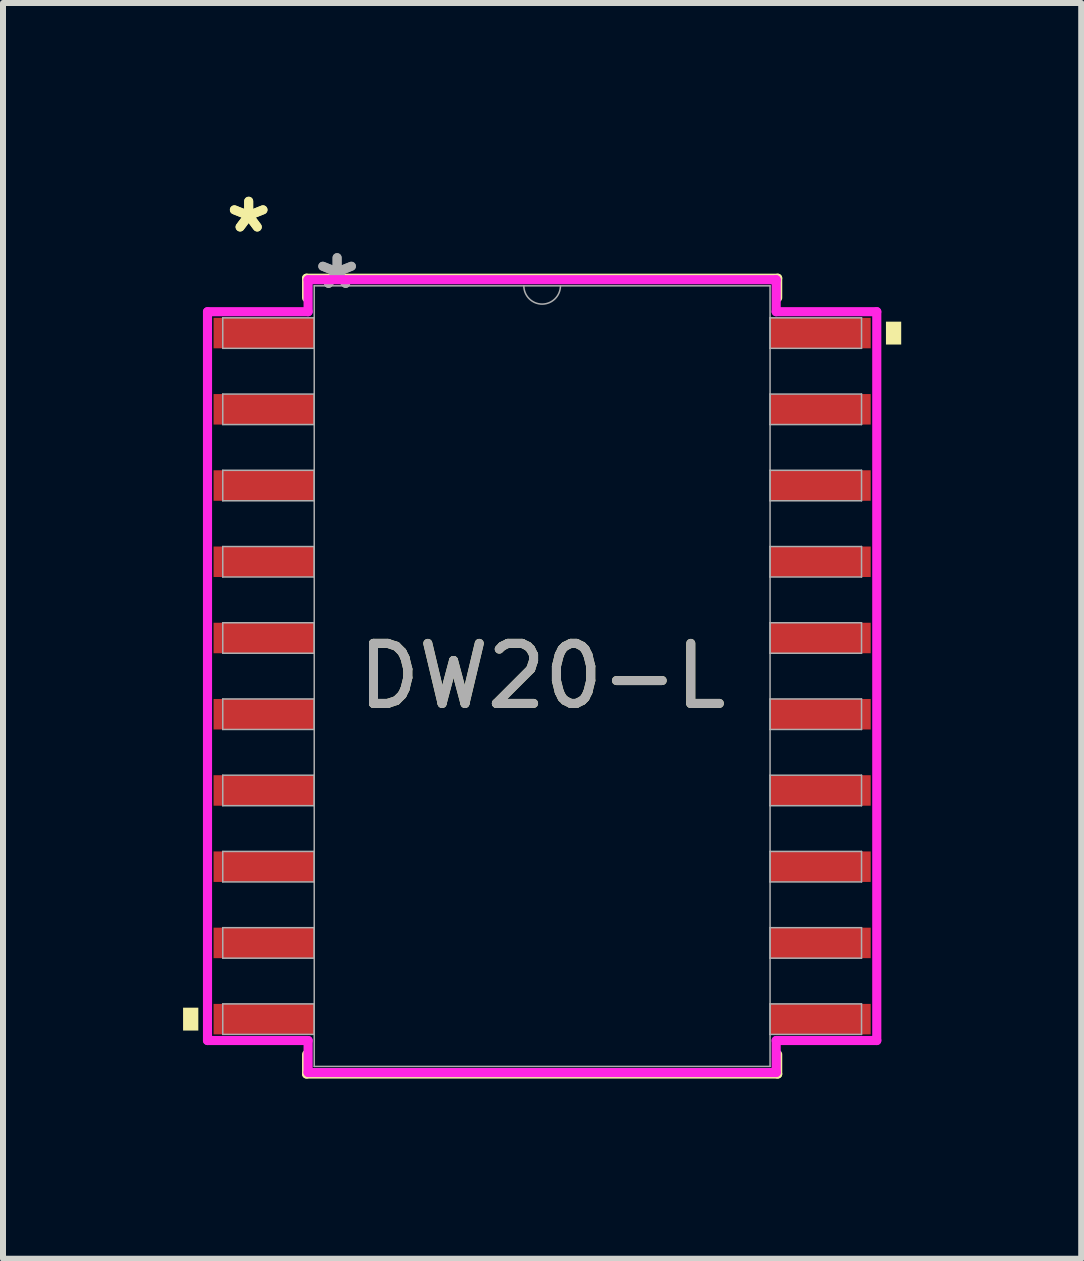
<source format=kicad_pcb>
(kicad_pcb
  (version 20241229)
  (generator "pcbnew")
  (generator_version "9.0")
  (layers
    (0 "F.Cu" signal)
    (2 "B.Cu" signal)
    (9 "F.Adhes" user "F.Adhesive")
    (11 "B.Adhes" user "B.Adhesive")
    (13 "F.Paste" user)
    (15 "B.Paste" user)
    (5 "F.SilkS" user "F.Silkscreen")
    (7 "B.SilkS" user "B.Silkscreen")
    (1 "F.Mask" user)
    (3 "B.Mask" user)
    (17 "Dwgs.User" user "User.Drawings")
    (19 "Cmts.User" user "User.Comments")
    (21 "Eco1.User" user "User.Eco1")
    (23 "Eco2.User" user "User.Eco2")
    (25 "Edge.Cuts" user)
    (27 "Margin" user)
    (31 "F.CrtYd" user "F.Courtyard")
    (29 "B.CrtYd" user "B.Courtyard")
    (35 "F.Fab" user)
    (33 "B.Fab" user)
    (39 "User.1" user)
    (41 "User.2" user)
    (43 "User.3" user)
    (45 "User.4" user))
  (footprint "DW20-L"
    (layer "F.Cu")
    (at 5.982 8.214)
    (property "Reference" "DW20-L" (at 0 0 0) (unlocked yes) (layer "F.SilkS") (effects (font (size 1 1) (thickness 0.15))))
    (attr smd)
    (fp_line (start -3.924 -6.629) (end -3.924 -6.302) (stroke (width 0.152) (type solid)) (layer "F.SilkS"))
    (fp_line (start -3.924 6.302) (end -3.924 6.629) (stroke (width 0.152) (type solid)) (layer "F.SilkS"))
    (fp_line (start -3.924 6.629) (end 3.924 6.629) (stroke (width 0.152) (type solid)) (layer "F.SilkS"))
    (fp_line (start 3.924 -6.629) (end -3.924 -6.629) (stroke (width 0.152) (type solid)) (layer "F.SilkS"))
    (fp_line (start 3.924 -6.302) (end 3.924 -6.629) (stroke (width 0.152) (type solid)) (layer "F.SilkS"))
    (fp_line (start 3.924 6.629) (end 3.924 6.302) (stroke (width 0.152) (type solid)) (layer "F.SilkS"))
    (fp_poly (pts (xy -5.982 5.524) (xy -5.982 5.905) (xy -5.728 5.905) (xy -5.728 5.524)) (stroke (width 0) (type solid)) (fill yes) (layer "F.SilkS"))
    (fp_poly (pts (xy 5.982 -5.905) (xy 5.982 -5.524) (xy 5.728 -5.524) (xy 5.728 -5.905)) (stroke (width 0) (type solid)) (fill yes) (layer "F.SilkS"))
    (fp_line (start -5.575 -6.071) (end -3.899 -6.071) (stroke (width 0.152) (type solid)) (layer "F.CrtYd"))
    (fp_line (start -5.575 6.071) (end -5.575 -6.071) (stroke (width 0.152) (type solid)) (layer "F.CrtYd"))
    (fp_line (start -5.575 6.071) (end -3.899 6.071) (stroke (width 0.152) (type solid)) (layer "F.CrtYd"))
    (fp_line (start -3.899 -6.604) (end 3.899 -6.604) (stroke (width 0.152) (type solid)) (layer "F.CrtYd"))
    (fp_line (start -3.899 -6.071) (end -3.899 -6.604) (stroke (width 0.152) (type solid)) (layer "F.CrtYd"))
    (fp_line (start -3.899 6.604) (end -3.899 6.071) (stroke (width 0.152) (type solid)) (layer "F.CrtYd"))
    (fp_line (start 3.899 -6.604) (end 3.899 -6.071) (stroke (width 0.152) (type solid)) (layer "F.CrtYd"))
    (fp_line (start 3.899 6.071) (end 3.899 6.604) (stroke (width 0.152) (type solid)) (layer "F.CrtYd"))
    (fp_line (start 3.899 6.604) (end -3.899 6.604) (stroke (width 0.152) (type solid)) (layer "F.CrtYd"))
    (fp_line (start 5.575 -6.071) (end 3.899 -6.071) (stroke (width 0.152) (type solid)) (layer "F.CrtYd"))
    (fp_line (start 5.575 -6.071) (end 5.575 6.071) (stroke (width 0.152) (type solid)) (layer "F.CrtYd"))
    (fp_line (start 5.575 6.071) (end 3.899 6.071) (stroke (width 0.152) (type solid)) (layer "F.CrtYd"))
    (fp_line (start -5.321 -5.969) (end -5.321 -5.461) (stroke (width 0.025) (type solid)) (layer "F.Fab"))
    (fp_line (start -5.321 -5.461) (end -3.797 -5.461) (stroke (width 0.025) (type solid)) (layer "F.Fab"))
    (fp_line (start -5.321 -4.699) (end -5.321 -4.191) (stroke (width 0.025) (type solid)) (layer "F.Fab"))
    (fp_line (start -5.321 -4.191) (end -3.797 -4.191) (stroke (width 0.025) (type solid)) (layer "F.Fab"))
    (fp_line (start -5.321 -3.429) (end -5.321 -2.921) (stroke (width 0.025) (type solid)) (layer "F.Fab"))
    (fp_line (start -5.321 -2.921) (end -3.797 -2.921) (stroke (width 0.025) (type solid)) (layer "F.Fab"))
    (fp_line (start -5.321 -2.159) (end -5.321 -1.651) (stroke (width 0.025) (type solid)) (layer "F.Fab"))
    (fp_line (start -5.321 -1.651) (end -3.797 -1.651) (stroke (width 0.025) (type solid)) (layer "F.Fab"))
    (fp_line (start -5.321 -0.889) (end -5.321 -0.381) (stroke (width 0.025) (type solid)) (layer "F.Fab"))
    (fp_line (start -5.321 -0.381) (end -3.797 -0.381) (stroke (width 0.025) (type solid)) (layer "F.Fab"))
    (fp_line (start -5.321 0.381) (end -5.321 0.889) (stroke (width 0.025) (type solid)) (layer "F.Fab"))
    (fp_line (start -5.321 0.889) (end -3.797 0.889) (stroke (width 0.025) (type solid)) (layer "F.Fab"))
    (fp_line (start -5.321 1.651) (end -5.321 2.159) (stroke (width 0.025) (type solid)) (layer "F.Fab"))
    (fp_line (start -5.321 2.159) (end -3.797 2.159) (stroke (width 0.025) (type solid)) (layer "F.Fab"))
    (fp_line (start -5.321 2.921) (end -5.321 3.429) (stroke (width 0.025) (type solid)) (layer "F.Fab"))
    (fp_line (start -5.321 3.429) (end -3.797 3.429) (stroke (width 0.025) (type solid)) (layer "F.Fab"))
    (fp_line (start -5.321 4.191) (end -5.321 4.699) (stroke (width 0.025) (type solid)) (layer "F.Fab"))
    (fp_line (start -5.321 4.699) (end -3.797 4.699) (stroke (width 0.025) (type solid)) (layer "F.Fab"))
    (fp_line (start -5.321 5.461) (end -5.321 5.969) (stroke (width 0.025) (type solid)) (layer "F.Fab"))
    (fp_line (start -5.321 5.969) (end -3.797 5.969) (stroke (width 0.025) (type solid)) (layer "F.Fab"))
    (fp_line (start -3.797 -6.502) (end -3.797 6.502) (stroke (width 0.025) (type solid)) (layer "F.Fab"))
    (fp_line (start -3.797 -5.969) (end -5.321 -5.969) (stroke (width 0.025) (type solid)) (layer "F.Fab"))
    (fp_line (start -3.797 -5.461) (end -3.797 -5.969) (stroke (width 0.025) (type solid)) (layer "F.Fab"))
    (fp_line (start -3.797 -4.699) (end -5.321 -4.699) (stroke (width 0.025) (type solid)) (layer "F.Fab"))
    (fp_line (start -3.797 -4.191) (end -3.797 -4.699) (stroke (width 0.025) (type solid)) (layer "F.Fab"))
    (fp_line (start -3.797 -3.429) (end -5.321 -3.429) (stroke (width 0.025) (type solid)) (layer "F.Fab"))
    (fp_line (start -3.797 -2.921) (end -3.797 -3.429) (stroke (width 0.025) (type solid)) (layer "F.Fab"))
    (fp_line (start -3.797 -2.159) (end -5.321 -2.159) (stroke (width 0.025) (type solid)) (layer "F.Fab"))
    (fp_line (start -3.797 -1.651) (end -3.797 -2.159) (stroke (width 0.025) (type solid)) (layer "F.Fab"))
    (fp_line (start -3.797 -0.889) (end -5.321 -0.889) (stroke (width 0.025) (type solid)) (layer "F.Fab"))
    (fp_line (start -3.797 -0.381) (end -3.797 -0.889) (stroke (width 0.025) (type solid)) (layer "F.Fab"))
    (fp_line (start -3.797 0.381) (end -5.321 0.381) (stroke (width 0.025) (type solid)) (layer "F.Fab"))
    (fp_line (start -3.797 0.889) (end -3.797 0.381) (stroke (width 0.025) (type solid)) (layer "F.Fab"))
    (fp_line (start -3.797 1.651) (end -5.321 1.651) (stroke (width 0.025) (type solid)) (layer "F.Fab"))
    (fp_line (start -3.797 2.159) (end -3.797 1.651) (stroke (width 0.025) (type solid)) (layer "F.Fab"))
    (fp_line (start -3.797 2.921) (end -5.321 2.921) (stroke (width 0.025) (type solid)) (layer "F.Fab"))
    (fp_line (start -3.797 3.429) (end -3.797 2.921) (stroke (width 0.025) (type solid)) (layer "F.Fab"))
    (fp_line (start -3.797 4.191) (end -5.321 4.191) (stroke (width 0.025) (type solid)) (layer "F.Fab"))
    (fp_line (start -3.797 4.699) (end -3.797 4.191) (stroke (width 0.025) (type solid)) (layer "F.Fab"))
    (fp_line (start -3.797 5.461) (end -5.321 5.461) (stroke (width 0.025) (type solid)) (layer "F.Fab"))
    (fp_line (start -3.797 5.969) (end -3.797 5.461) (stroke (width 0.025) (type solid)) (layer "F.Fab"))
    (fp_line (start -3.797 6.502) (end 3.797 6.502) (stroke (width 0.025) (type solid)) (layer "F.Fab"))
    (fp_line (start 3.797 -6.502) (end -3.797 -6.502) (stroke (width 0.025) (type solid)) (layer "F.Fab"))
    (fp_line (start 3.797 -5.969) (end 3.797 -5.461) (stroke (width 0.025) (type solid)) (layer "F.Fab"))
    (fp_line (start 3.797 -5.461) (end 5.321 -5.461) (stroke (width 0.025) (type solid)) (layer "F.Fab"))
    (fp_line (start 3.797 -4.699) (end 3.797 -4.191) (stroke (width 0.025) (type solid)) (layer "F.Fab"))
    (fp_line (start 3.797 -4.191) (end 5.321 -4.191) (stroke (width 0.025) (type solid)) (layer "F.Fab"))
    (fp_line (start 3.797 -3.429) (end 3.797 -2.921) (stroke (width 0.025) (type solid)) (layer "F.Fab"))
    (fp_line (start 3.797 -2.921) (end 5.321 -2.921) (stroke (width 0.025) (type solid)) (layer "F.Fab"))
    (fp_line (start 3.797 -2.159) (end 3.797 -1.651) (stroke (width 0.025) (type solid)) (layer "F.Fab"))
    (fp_line (start 3.797 -1.651) (end 5.321 -1.651) (stroke (width 0.025) (type solid)) (layer "F.Fab"))
    (fp_line (start 3.797 -0.889) (end 3.797 -0.381) (stroke (width 0.025) (type solid)) (layer "F.Fab"))
    (fp_line (start 3.797 -0.381) (end 5.321 -0.381) (stroke (width 0.025) (type solid)) (layer "F.Fab"))
    (fp_line (start 3.797 0.381) (end 3.797 0.889) (stroke (width 0.025) (type solid)) (layer "F.Fab"))
    (fp_line (start 3.797 0.889) (end 5.321 0.889) (stroke (width 0.025) (type solid)) (layer "F.Fab"))
    (fp_line (start 3.797 1.651) (end 3.797 2.159) (stroke (width 0.025) (type solid)) (layer "F.Fab"))
    (fp_line (start 3.797 2.159) (end 5.321 2.159) (stroke (width 0.025) (type solid)) (layer "F.Fab"))
    (fp_line (start 3.797 2.921) (end 3.797 3.429) (stroke (width 0.025) (type solid)) (layer "F.Fab"))
    (fp_line (start 3.797 3.429) (end 5.321 3.429) (stroke (width 0.025) (type solid)) (layer "F.Fab"))
    (fp_line (start 3.797 4.191) (end 3.797 4.699) (stroke (width 0.025) (type solid)) (layer "F.Fab"))
    (fp_line (start 3.797 4.699) (end 5.321 4.699) (stroke (width 0.025) (type solid)) (layer "F.Fab"))
    (fp_line (start 3.797 5.461) (end 3.797 5.969) (stroke (width 0.025) (type solid)) (layer "F.Fab"))
    (fp_line (start 3.797 5.969) (end 5.321 5.969) (stroke (width 0.025) (type solid)) (layer "F.Fab"))
    (fp_line (start 3.797 6.502) (end 3.797 -6.502) (stroke (width 0.025) (type solid)) (layer "F.Fab"))
    (fp_line (start 5.321 -5.969) (end 3.797 -5.969) (stroke (width 0.025) (type solid)) (layer "F.Fab"))
    (fp_line (start 5.321 -5.461) (end 5.321 -5.969) (stroke (width 0.025) (type solid)) (layer "F.Fab"))
    (fp_line (start 5.321 -4.699) (end 3.797 -4.699) (stroke (width 0.025) (type solid)) (layer "F.Fab"))
    (fp_line (start 5.321 -4.191) (end 5.321 -4.699) (stroke (width 0.025) (type solid)) (layer "F.Fab"))
    (fp_line (start 5.321 -3.429) (end 3.797 -3.429) (stroke (width 0.025) (type solid)) (layer "F.Fab"))
    (fp_line (start 5.321 -2.921) (end 5.321 -3.429) (stroke (width 0.025) (type solid)) (layer "F.Fab"))
    (fp_line (start 5.321 -2.159) (end 3.797 -2.159) (stroke (width 0.025) (type solid)) (layer "F.Fab"))
    (fp_line (start 5.321 -1.651) (end 5.321 -2.159) (stroke (width 0.025) (type solid)) (layer "F.Fab"))
    (fp_line (start 5.321 -0.889) (end 3.797 -0.889) (stroke (width 0.025) (type solid)) (layer "F.Fab"))
    (fp_line (start 5.321 -0.381) (end 5.321 -0.889) (stroke (width 0.025) (type solid)) (layer "F.Fab"))
    (fp_line (start 5.321 0.381) (end 3.797 0.381) (stroke (width 0.025) (type solid)) (layer "F.Fab"))
    (fp_line (start 5.321 0.889) (end 5.321 0.381) (stroke (width 0.025) (type solid)) (layer "F.Fab"))
    (fp_line (start 5.321 1.651) (end 3.797 1.651) (stroke (width 0.025) (type solid)) (layer "F.Fab"))
    (fp_line (start 5.321 2.159) (end 5.321 1.651) (stroke (width 0.025) (type solid)) (layer "F.Fab"))
    (fp_line (start 5.321 2.921) (end 3.797 2.921) (stroke (width 0.025) (type solid)) (layer "F.Fab"))
    (fp_line (start 5.321 3.429) (end 5.321 2.921) (stroke (width 0.025) (type solid)) (layer "F.Fab"))
    (fp_line (start 5.321 4.191) (end 3.797 4.191) (stroke (width 0.025) (type solid)) (layer "F.Fab"))
    (fp_line (start 5.321 4.699) (end 5.321 4.191) (stroke (width 0.025) (type solid)) (layer "F.Fab"))
    (fp_line (start 5.321 5.461) (end 3.797 5.461) (stroke (width 0.025) (type solid)) (layer "F.Fab"))
    (fp_line (start 5.321 5.969) (end 5.321 5.461) (stroke (width 0.025) (type solid)) (layer "F.Fab"))
    (fp_arc (start 0.3048 -6.5024) (mid 0 -6.1976) (end -0.3048 -6.5024) (stroke (width 0.0254) (type solid)) (layer "F.Fab"))
    (fp_text user "*" (at -4.889 -7.366 0) (layer "F.SilkS") (effects (font (size 1 1) (thickness 0.15))))
    (fp_text user "*" (at -4.889 -7.366 0) (unlocked yes) (layer "F.SilkS") (effects (font (size 1 1) (thickness 0.15))))
    (fp_text user "*" (at -3.416 -6.426 0) (unlocked yes) (layer "F.Fab") (effects (font (size 1 1) (thickness 0.15))))
    (fp_text user "*" (at -3.416 -6.426 0) (layer "F.Fab") (effects (font (size 1 1) (thickness 0.15))))
    (fp_text user "${REFERENCE}" (at 0 0 0) (unlocked yes) (layer "F.Fab") (effects (font (size 1 1) (thickness 0.15))))
    (pad "1" smd rect (at -4.636 -5.715) (size 1.676 0.508) (layers "F.Cu" "F.Mask" "F.Paste"))
    (pad "2" smd rect (at -4.636 -4.445) (size 1.676 0.508) (layers "F.Cu" "F.Mask" "F.Paste"))
    (pad "3" smd rect (at -4.636 -3.175) (size 1.676 0.508) (layers "F.Cu" "F.Mask" "F.Paste"))
    (pad "4" smd rect (at -4.636 -1.905) (size 1.676 0.508) (layers "F.Cu" "F.Mask" "F.Paste"))
    (pad "5" smd rect (at -4.636 -0.635) (size 1.676 0.508) (layers "F.Cu" "F.Mask" "F.Paste"))
    (pad "6" smd rect (at -4.636 0.635) (size 1.676 0.508) (layers "F.Cu" "F.Mask" "F.Paste"))
    (pad "7" smd rect (at -4.636 1.905) (size 1.676 0.508) (layers "F.Cu" "F.Mask" "F.Paste"))
    (pad "8" smd rect (at -4.636 3.175) (size 1.676 0.508) (layers "F.Cu" "F.Mask" "F.Paste"))
    (pad "9" smd rect (at -4.636 4.445) (size 1.676 0.508) (layers "F.Cu" "F.Mask" "F.Paste"))
    (pad "10" smd rect (at -4.636 5.715) (size 1.676 0.508) (layers "F.Cu" "F.Mask" "F.Paste"))
    (pad "11" smd rect (at 4.636 5.715) (size 1.676 0.508) (layers "F.Cu" "F.Mask" "F.Paste"))
    (pad "12" smd rect (at 4.636 4.445) (size 1.676 0.508) (layers "F.Cu" "F.Mask" "F.Paste"))
    (pad "13" smd rect (at 4.636 3.175) (size 1.676 0.508) (layers "F.Cu" "F.Mask" "F.Paste"))
    (pad "14" smd rect (at 4.636 1.905) (size 1.676 0.508) (layers "F.Cu" "F.Mask" "F.Paste"))
    (pad "15" smd rect (at 4.636 0.635) (size 1.676 0.508) (layers "F.Cu" "F.Mask" "F.Paste"))
    (pad "16" smd rect (at 4.636 -0.635) (size 1.676 0.508) (layers "F.Cu" "F.Mask" "F.Paste"))
    (pad "17" smd rect (at 4.636 -1.905) (size 1.676 0.508) (layers "F.Cu" "F.Mask" "F.Paste"))
    (pad "18" smd rect (at 4.636 -3.175) (size 1.676 0.508) (layers "F.Cu" "F.Mask" "F.Paste"))
    (pad "19" smd rect (at 4.636 -4.445) (size 1.676 0.508) (layers "F.Cu" "F.Mask" "F.Paste"))
    (pad "20" smd rect (at 4.636 -5.715) (size 1.676 0.508) (layers "F.Cu" "F.Mask" "F.Paste")))
  (gr_rect
    (start -3 -3)
    (end 14.963 17.92)
    (stroke (width 0.1) (type default))
    (fill no)
    (layer "Edge.Cuts")))
</source>
